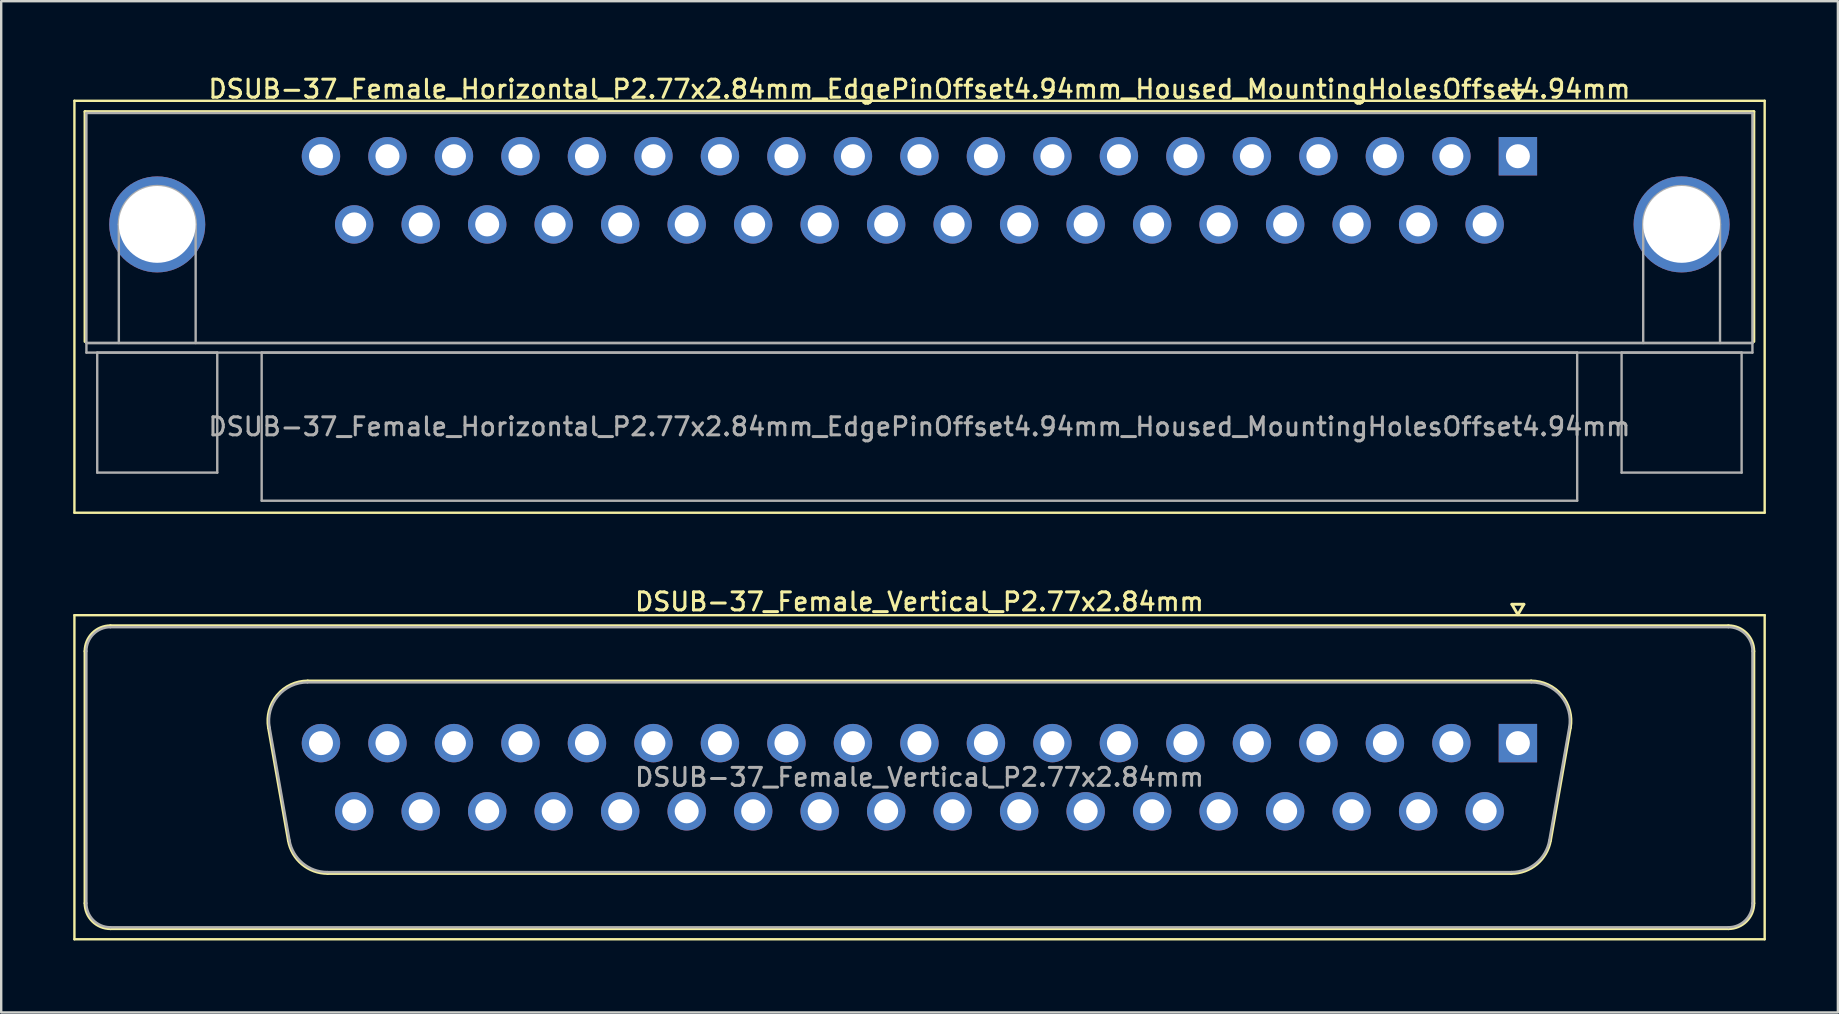
<source format=kicad_pcb>
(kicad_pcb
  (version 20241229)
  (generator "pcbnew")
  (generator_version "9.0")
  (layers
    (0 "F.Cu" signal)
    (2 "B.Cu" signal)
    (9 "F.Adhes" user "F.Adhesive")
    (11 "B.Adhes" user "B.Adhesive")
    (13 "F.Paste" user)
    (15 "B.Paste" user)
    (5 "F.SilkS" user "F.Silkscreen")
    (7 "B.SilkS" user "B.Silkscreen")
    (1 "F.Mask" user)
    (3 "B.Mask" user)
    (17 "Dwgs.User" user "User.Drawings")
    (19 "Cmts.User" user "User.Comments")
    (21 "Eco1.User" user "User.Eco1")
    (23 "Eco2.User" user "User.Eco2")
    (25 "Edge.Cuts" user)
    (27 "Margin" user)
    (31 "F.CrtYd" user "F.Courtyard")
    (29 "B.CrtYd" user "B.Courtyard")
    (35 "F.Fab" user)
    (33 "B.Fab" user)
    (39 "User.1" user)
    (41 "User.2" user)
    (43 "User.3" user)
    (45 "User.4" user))
  (footprint "DSUB-37_Female_Vertical_P2.77x2.84mm"
    (layer "F.Cu")
    (at 60.18 27.906)
    (property "Reference" "DSUB-37_Female_Vertical_P2.77x2.84mm" (at -24.93 -5.89 0) (layer "F.SilkS") (effects (font (size 0.75 0.75) (thickness 0.125))))
    (attr through_hole)
    (fp_line (start -60.13 -5.33) (end -60.13 8.17) (stroke (width 0.1) (type solid)) (layer "F.SilkS"))
    (fp_line (start -60.13 8.17) (end 10.28 8.17) (stroke (width 0.1) (type solid)) (layer "F.SilkS"))
    (fp_line (start -59.69 6.67) (end -59.69 -3.83) (stroke (width 0.12) (type solid)) (layer "F.SilkS"))
    (fp_line (start -58.63 -4.89) (end 8.77 -4.89) (stroke (width 0.12) (type solid)) (layer "F.SilkS"))
    (fp_line (start -52.046 -0.642) (end -51.218 4.058) (stroke (width 0.12) (type solid)) (layer "F.SilkS"))
    (fp_line (start -50.412 -2.59) (end 0.552 -2.59) (stroke (width 0.12) (type solid)) (layer "F.SilkS"))
    (fp_line (start -49.583 5.43) (end -0.277 5.43) (stroke (width 0.12) (type solid)) (layer "F.SilkS"))
    (fp_line (start -0.25 -5.784) (end 0.25 -5.784) (stroke (width 0.12) (type solid)) (layer "F.SilkS"))
    (fp_line (start 0 -5.351) (end -0.25 -5.784) (stroke (width 0.12) (type solid)) (layer "F.SilkS"))
    (fp_line (start 0.25 -5.784) (end 0 -5.351) (stroke (width 0.12) (type solid)) (layer "F.SilkS"))
    (fp_line (start 2.186 -0.642) (end 1.358 4.058) (stroke (width 0.12) (type solid)) (layer "F.SilkS"))
    (fp_line (start 8.77 7.73) (end -58.63 7.73) (stroke (width 0.12) (type solid)) (layer "F.SilkS"))
    (fp_line (start 9.83 -3.83) (end 9.83 6.67) (stroke (width 0.12) (type solid)) (layer "F.SilkS"))
    (fp_line (start 10.28 -5.33) (end -60.13 -5.33) (stroke (width 0.1) (type solid)) (layer "F.SilkS"))
    (fp_line (start 10.28 8.17) (end 10.28 -5.33) (stroke (width 0.1) (type solid)) (layer "F.SilkS"))
    (fp_arc (start -59.69 -3.83) (mid -59.379533 -4.579533) (end -58.63 -4.89) (stroke (width 0.12) (type solid)) (layer "F.SilkS"))
    (fp_arc (start -58.63 7.73) (mid -59.379533 7.419533) (end -59.69 6.67) (stroke (width 0.12) (type solid)) (layer "F.SilkS"))
    (fp_arc (start -52.04647 -0.641744) (mid -51.683323 -1.997027) (end -50.411689 -2.59) (stroke (width 0.12) (type solid)) (layer "F.SilkS"))
    (fp_arc (start -49.582952 5.43) (mid -50.64998 5.041634) (end -51.217733 4.058256) (stroke (width 0.12) (type solid)) (layer "F.SilkS"))
    (fp_arc (start 0.551689 -2.59) (mid 1.823323 -1.997027) (end 2.18647 -0.641744) (stroke (width 0.12) (type solid)) (layer "F.SilkS"))
    (fp_arc (start 1.357733 4.058256) (mid 0.78998 5.041634) (end -0.277048 5.43) (stroke (width 0.12) (type solid)) (layer "F.SilkS"))
    (fp_arc (start 8.77 -4.89) (mid 9.519533 -4.579533) (end 9.83 -3.83) (stroke (width 0.12) (type solid)) (layer "F.SilkS"))
    (fp_arc (start 9.83 6.67) (mid 9.519533 7.419533) (end 8.77 7.73) (stroke (width 0.12) (type solid)) (layer "F.SilkS"))
    (fp_line (start -59.63 6.67) (end -59.63 -3.83) (stroke (width 0.1) (type solid)) (layer "F.Fab"))
    (fp_line (start -58.63 -4.83) (end 8.77 -4.83) (stroke (width 0.1) (type solid)) (layer "F.Fab"))
    (fp_line (start -51.999 -0.652) (end -51.17 4.048) (stroke (width 0.1) (type solid)) (layer "F.Fab"))
    (fp_line (start -50.423 -2.53) (end 0.563 -2.53) (stroke (width 0.1) (type solid)) (layer "F.Fab"))
    (fp_line (start -49.594 5.37) (end -0.266 5.37) (stroke (width 0.1) (type solid)) (layer "F.Fab"))
    (fp_line (start 2.139 -0.652) (end 1.31 4.048) (stroke (width 0.1) (type solid)) (layer "F.Fab"))
    (fp_line (start 8.77 7.67) (end -58.63 7.67) (stroke (width 0.1) (type solid)) (layer "F.Fab"))
    (fp_line (start 9.77 -3.83) (end 9.77 6.67) (stroke (width 0.1) (type solid)) (layer "F.Fab"))
    (fp_arc (start -59.63 -3.83) (mid -59.337107 -4.537107) (end -58.63 -4.83) (stroke (width 0.1) (type solid)) (layer "F.Fab"))
    (fp_arc (start -58.63 7.67) (mid -59.337107 7.377107) (end -59.63 6.67) (stroke (width 0.1) (type solid)) (layer "F.Fab"))
    (fp_arc (start -51.998887 -0.652163) (mid -51.648865 -1.95846) (end -50.423194 -2.53) (stroke (width 0.1) (type solid)) (layer "F.Fab"))
    (fp_arc (start -49.594457 5.37) (mid -50.622918 4.995671) (end -51.17015 4.047837) (stroke (width 0.1) (type solid)) (layer "F.Fab"))
    (fp_arc (start 0.563194 -2.53) (mid 1.788865 -1.95846) (end 2.138887 -0.652163) (stroke (width 0.1) (type solid)) (layer "F.Fab"))
    (fp_arc (start 1.31015 4.047837) (mid 0.762918 4.995671) (end -0.265543 5.37) (stroke (width 0.1) (type solid)) (layer "F.Fab"))
    (fp_arc (start 8.77 -4.83) (mid 9.477107 -4.537107) (end 9.77 -3.83) (stroke (width 0.1) (type solid)) (layer "F.Fab"))
    (fp_arc (start 9.77 6.67) (mid 9.477107 7.377107) (end 8.77 7.67) (stroke (width 0.1) (type solid)) (layer "F.Fab"))
    (fp_text user "${REFERENCE}" (at -24.93 1.42 0) (layer "F.Fab") (effects (font (size 0.75 0.75) (thickness 0.125))))
    (pad "1" thru_hole rect (at 0 0) (size 1.6 1.6) (drill 1) (layers "*.Cu" "*.Mask"))
    (pad "2" thru_hole circle (at -2.77 0) (size 1.6 1.6) (drill 1) (layers "*.Cu" "*.Mask"))
    (pad "3" thru_hole circle (at -5.54 0) (size 1.6 1.6) (drill 1) (layers "*.Cu" "*.Mask"))
    (pad "4" thru_hole circle (at -8.31 0) (size 1.6 1.6) (drill 1) (layers "*.Cu" "*.Mask"))
    (pad "5" thru_hole circle (at -11.08 0) (size 1.6 1.6) (drill 1) (layers "*.Cu" "*.Mask"))
    (pad "6" thru_hole circle (at -13.85 0) (size 1.6 1.6) (drill 1) (layers "*.Cu" "*.Mask"))
    (pad "7" thru_hole circle (at -16.62 0) (size 1.6 1.6) (drill 1) (layers "*.Cu" "*.Mask"))
    (pad "8" thru_hole circle (at -19.39 0) (size 1.6 1.6) (drill 1) (layers "*.Cu" "*.Mask"))
    (pad "9" thru_hole circle (at -22.16 0) (size 1.6 1.6) (drill 1) (layers "*.Cu" "*.Mask"))
    (pad "10" thru_hole circle (at -24.93 0) (size 1.6 1.6) (drill 1) (layers "*.Cu" "*.Mask"))
    (pad "11" thru_hole circle (at -27.7 0) (size 1.6 1.6) (drill 1) (layers "*.Cu" "*.Mask"))
    (pad "12" thru_hole circle (at -30.47 0) (size 1.6 1.6) (drill 1) (layers "*.Cu" "*.Mask"))
    (pad "13" thru_hole circle (at -33.24 0) (size 1.6 1.6) (drill 1) (layers "*.Cu" "*.Mask"))
    (pad "14" thru_hole circle (at -36.01 0) (size 1.6 1.6) (drill 1) (layers "*.Cu" "*.Mask"))
    (pad "15" thru_hole circle (at -38.78 0) (size 1.6 1.6) (drill 1) (layers "*.Cu" "*.Mask"))
    (pad "16" thru_hole circle (at -41.55 0) (size 1.6 1.6) (drill 1) (layers "*.Cu" "*.Mask"))
    (pad "17" thru_hole circle (at -44.32 0) (size 1.6 1.6) (drill 1) (layers "*.Cu" "*.Mask"))
    (pad "18" thru_hole circle (at -47.09 0) (size 1.6 1.6) (drill 1) (layers "*.Cu" "*.Mask"))
    (pad "19" thru_hole circle (at -49.86 0) (size 1.6 1.6) (drill 1) (layers "*.Cu" "*.Mask"))
    (pad "20" thru_hole circle (at -1.385 2.84) (size 1.6 1.6) (drill 1) (layers "*.Cu" "*.Mask"))
    (pad "21" thru_hole circle (at -4.155 2.84) (size 1.6 1.6) (drill 1) (layers "*.Cu" "*.Mask"))
    (pad "22" thru_hole circle (at -6.925 2.84) (size 1.6 1.6) (drill 1) (layers "*.Cu" "*.Mask"))
    (pad "23" thru_hole circle (at -9.695 2.84) (size 1.6 1.6) (drill 1) (layers "*.Cu" "*.Mask"))
    (pad "24" thru_hole circle (at -12.465 2.84) (size 1.6 1.6) (drill 1) (layers "*.Cu" "*.Mask"))
    (pad "25" thru_hole circle (at -15.235 2.84) (size 1.6 1.6) (drill 1) (layers "*.Cu" "*.Mask"))
    (pad "26" thru_hole circle (at -18.005 2.84) (size 1.6 1.6) (drill 1) (layers "*.Cu" "*.Mask"))
    (pad "27" thru_hole circle (at -20.775 2.84) (size 1.6 1.6) (drill 1) (layers "*.Cu" "*.Mask"))
    (pad "28" thru_hole circle (at -23.545 2.84) (size 1.6 1.6) (drill 1) (layers "*.Cu" "*.Mask"))
    (pad "29" thru_hole circle (at -26.315 2.84) (size 1.6 1.6) (drill 1) (layers "*.Cu" "*.Mask"))
    (pad "30" thru_hole circle (at -29.085 2.84) (size 1.6 1.6) (drill 1) (layers "*.Cu" "*.Mask"))
    (pad "31" thru_hole circle (at -31.855 2.84) (size 1.6 1.6) (drill 1) (layers "*.Cu" "*.Mask"))
    (pad "32" thru_hole circle (at -34.625 2.84) (size 1.6 1.6) (drill 1) (layers "*.Cu" "*.Mask"))
    (pad "33" thru_hole circle (at -37.395 2.84) (size 1.6 1.6) (drill 1) (layers "*.Cu" "*.Mask"))
    (pad "34" thru_hole circle (at -40.165 2.84) (size 1.6 1.6) (drill 1) (layers "*.Cu" "*.Mask"))
    (pad "35" thru_hole circle (at -42.935 2.84) (size 1.6 1.6) (drill 1) (layers "*.Cu" "*.Mask"))
    (pad "36" thru_hole circle (at -45.705 2.84) (size 1.6 1.6) (drill 1) (layers "*.Cu" "*.Mask"))
    (pad "37" thru_hole circle (at -48.475 2.84) (size 1.6 1.6) (drill 1) (layers "*.Cu" "*.Mask")))
  (footprint "DSUB-37_Female_Horizontal_P2.77x2.84mm_EdgePinOffset4.94mm_Housed_MountingHolesOffset4.94mm"
    (layer "F.Cu")
    (at 60.18 3.458)
    (property "Reference" "DSUB-37_Female_Horizontal_P2.77x2.84mm_EdgePinOffset4.94mm_Housed_MountingHolesOffset4.94mm" (at -24.93 -2.8 0) (layer "F.SilkS") (effects (font (size 0.75 0.75) (thickness 0.125))))
    (attr through_hole)
    (fp_line (start -60.13 -2.31) (end -60.13 14.85) (stroke (width 0.1) (type solid)) (layer "F.SilkS"))
    (fp_line (start -60.13 14.85) (end 10.28 14.85) (stroke (width 0.1) (type solid)) (layer "F.SilkS"))
    (fp_line (start -59.69 -1.86) (end 9.83 -1.86) (stroke (width 0.12) (type solid)) (layer "F.SilkS"))
    (fp_line (start -59.69 7.72) (end -59.69 -1.86) (stroke (width 0.12) (type solid)) (layer "F.SilkS"))
    (fp_line (start -0.25 -2.754) (end 0.25 -2.754) (stroke (width 0.12) (type solid)) (layer "F.SilkS"))
    (fp_line (start 0 -2.321) (end -0.25 -2.754) (stroke (width 0.12) (type solid)) (layer "F.SilkS"))
    (fp_line (start 0.25 -2.754) (end 0 -2.321) (stroke (width 0.12) (type solid)) (layer "F.SilkS"))
    (fp_line (start 9.83 -1.86) (end 9.83 7.72) (stroke (width 0.12) (type solid)) (layer "F.SilkS"))
    (fp_line (start 10.28 -2.31) (end -60.13 -2.31) (stroke (width 0.1) (type solid)) (layer "F.SilkS"))
    (fp_line (start 10.28 14.85) (end 10.28 -2.31) (stroke (width 0.1) (type solid)) (layer "F.SilkS"))
    (fp_line (start -59.63 -1.8) (end -59.63 7.78) (stroke (width 0.1) (type solid)) (layer "F.Fab"))
    (fp_line (start -59.63 7.78) (end -59.63 8.18) (stroke (width 0.1) (type solid)) (layer "F.Fab"))
    (fp_line (start -59.63 7.78) (end 9.77 7.78) (stroke (width 0.1) (type solid)) (layer "F.Fab"))
    (fp_line (start -59.63 8.18) (end 9.77 8.18) (stroke (width 0.1) (type solid)) (layer "F.Fab"))
    (fp_line (start -59.18 8.18) (end -59.18 13.18) (stroke (width 0.1) (type solid)) (layer "F.Fab"))
    (fp_line (start -59.18 13.18) (end -54.18 13.18) (stroke (width 0.1) (type solid)) (layer "F.Fab"))
    (fp_line (start -58.28 7.78) (end -58.28 2.84) (stroke (width 0.1) (type solid)) (layer "F.Fab"))
    (fp_line (start -55.08 7.78) (end -55.08 2.84) (stroke (width 0.1) (type solid)) (layer "F.Fab"))
    (fp_line (start -54.18 8.18) (end -59.18 8.18) (stroke (width 0.1) (type solid)) (layer "F.Fab"))
    (fp_line (start -54.18 13.18) (end -54.18 8.18) (stroke (width 0.1) (type solid)) (layer "F.Fab"))
    (fp_line (start -52.33 8.18) (end -52.33 14.35) (stroke (width 0.1) (type solid)) (layer "F.Fab"))
    (fp_line (start -52.33 14.35) (end 2.47 14.35) (stroke (width 0.1) (type solid)) (layer "F.Fab"))
    (fp_line (start 2.47 8.18) (end -52.33 8.18) (stroke (width 0.1) (type solid)) (layer "F.Fab"))
    (fp_line (start 2.47 14.35) (end 2.47 8.18) (stroke (width 0.1) (type solid)) (layer "F.Fab"))
    (fp_line (start 4.32 8.18) (end 4.32 13.18) (stroke (width 0.1) (type solid)) (layer "F.Fab"))
    (fp_line (start 4.32 13.18) (end 9.32 13.18) (stroke (width 0.1) (type solid)) (layer "F.Fab"))
    (fp_line (start 5.22 7.78) (end 5.22 2.84) (stroke (width 0.1) (type solid)) (layer "F.Fab"))
    (fp_line (start 8.42 7.78) (end 8.42 2.84) (stroke (width 0.1) (type solid)) (layer "F.Fab"))
    (fp_line (start 9.32 8.18) (end 4.32 8.18) (stroke (width 0.1) (type solid)) (layer "F.Fab"))
    (fp_line (start 9.32 13.18) (end 9.32 8.18) (stroke (width 0.1) (type solid)) (layer "F.Fab"))
    (fp_line (start 9.77 -1.8) (end -59.63 -1.8) (stroke (width 0.1) (type solid)) (layer "F.Fab"))
    (fp_line (start 9.77 7.78) (end -59.63 7.78) (stroke (width 0.1) (type solid)) (layer "F.Fab"))
    (fp_line (start 9.77 7.78) (end 9.77 -1.8) (stroke (width 0.1) (type solid)) (layer "F.Fab"))
    (fp_line (start 9.77 8.18) (end 9.77 7.78) (stroke (width 0.1) (type solid)) (layer "F.Fab"))
    (fp_arc (start -58.28 2.84) (mid -56.68 1.24) (end -55.08 2.84) (stroke (width 0.1) (type solid)) (layer "F.Fab"))
    (fp_arc (start 5.22 2.84) (mid 6.82 1.24) (end 8.42 2.84) (stroke (width 0.1) (type solid)) (layer "F.Fab"))
    (fp_text user "${REFERENCE}" (at -24.93 11.265 0) (layer "F.Fab") (effects (font (size 0.75 0.75) (thickness 0.125))))
    (pad "0" thru_hole circle (at -56.68 2.84) (size 4 4) (drill 3.2) (layers "*.Cu" "*.Mask"))
    (pad "0" thru_hole circle (at 6.82 2.84) (size 4 4) (drill 3.2) (layers "*.Cu" "*.Mask"))
    (pad "1" thru_hole rect (at 0 0) (size 1.6 1.6) (drill 1) (layers "*.Cu" "*.Mask"))
    (pad "2" thru_hole circle (at -2.77 0) (size 1.6 1.6) (drill 1) (layers "*.Cu" "*.Mask"))
    (pad "3" thru_hole circle (at -5.54 0) (size 1.6 1.6) (drill 1) (layers "*.Cu" "*.Mask"))
    (pad "4" thru_hole circle (at -8.31 0) (size 1.6 1.6) (drill 1) (layers "*.Cu" "*.Mask"))
    (pad "5" thru_hole circle (at -11.08 0) (size 1.6 1.6) (drill 1) (layers "*.Cu" "*.Mask"))
    (pad "6" thru_hole circle (at -13.85 0) (size 1.6 1.6) (drill 1) (layers "*.Cu" "*.Mask"))
    (pad "7" thru_hole circle (at -16.62 0) (size 1.6 1.6) (drill 1) (layers "*.Cu" "*.Mask"))
    (pad "8" thru_hole circle (at -19.39 0) (size 1.6 1.6) (drill 1) (layers "*.Cu" "*.Mask"))
    (pad "9" thru_hole circle (at -22.16 0) (size 1.6 1.6) (drill 1) (layers "*.Cu" "*.Mask"))
    (pad "10" thru_hole circle (at -24.93 0) (size 1.6 1.6) (drill 1) (layers "*.Cu" "*.Mask"))
    (pad "11" thru_hole circle (at -27.7 0) (size 1.6 1.6) (drill 1) (layers "*.Cu" "*.Mask"))
    (pad "12" thru_hole circle (at -30.47 0) (size 1.6 1.6) (drill 1) (layers "*.Cu" "*.Mask"))
    (pad "13" thru_hole circle (at -33.24 0) (size 1.6 1.6) (drill 1) (layers "*.Cu" "*.Mask"))
    (pad "14" thru_hole circle (at -36.01 0) (size 1.6 1.6) (drill 1) (layers "*.Cu" "*.Mask"))
    (pad "15" thru_hole circle (at -38.78 0) (size 1.6 1.6) (drill 1) (layers "*.Cu" "*.Mask"))
    (pad "16" thru_hole circle (at -41.55 0) (size 1.6 1.6) (drill 1) (layers "*.Cu" "*.Mask"))
    (pad "17" thru_hole circle (at -44.32 0) (size 1.6 1.6) (drill 1) (layers "*.Cu" "*.Mask"))
    (pad "18" thru_hole circle (at -47.09 0) (size 1.6 1.6) (drill 1) (layers "*.Cu" "*.Mask"))
    (pad "19" thru_hole circle (at -49.86 0) (size 1.6 1.6) (drill 1) (layers "*.Cu" "*.Mask"))
    (pad "20" thru_hole circle (at -1.385 2.84) (size 1.6 1.6) (drill 1) (layers "*.Cu" "*.Mask"))
    (pad "21" thru_hole circle (at -4.155 2.84) (size 1.6 1.6) (drill 1) (layers "*.Cu" "*.Mask"))
    (pad "22" thru_hole circle (at -6.925 2.84) (size 1.6 1.6) (drill 1) (layers "*.Cu" "*.Mask"))
    (pad "23" thru_hole circle (at -9.695 2.84) (size 1.6 1.6) (drill 1) (layers "*.Cu" "*.Mask"))
    (pad "24" thru_hole circle (at -12.465 2.84) (size 1.6 1.6) (drill 1) (layers "*.Cu" "*.Mask"))
    (pad "25" thru_hole circle (at -15.235 2.84) (size 1.6 1.6) (drill 1) (layers "*.Cu" "*.Mask"))
    (pad "26" thru_hole circle (at -18.005 2.84) (size 1.6 1.6) (drill 1) (layers "*.Cu" "*.Mask"))
    (pad "27" thru_hole circle (at -20.775 2.84) (size 1.6 1.6) (drill 1) (layers "*.Cu" "*.Mask"))
    (pad "28" thru_hole circle (at -23.545 2.84) (size 1.6 1.6) (drill 1) (layers "*.Cu" "*.Mask"))
    (pad "29" thru_hole circle (at -26.315 2.84) (size 1.6 1.6) (drill 1) (layers "*.Cu" "*.Mask"))
    (pad "30" thru_hole circle (at -29.085 2.84) (size 1.6 1.6) (drill 1) (layers "*.Cu" "*.Mask"))
    (pad "31" thru_hole circle (at -31.855 2.84) (size 1.6 1.6) (drill 1) (layers "*.Cu" "*.Mask"))
    (pad "32" thru_hole circle (at -34.625 2.84) (size 1.6 1.6) (drill 1) (layers "*.Cu" "*.Mask"))
    (pad "33" thru_hole circle (at -37.395 2.84) (size 1.6 1.6) (drill 1) (layers "*.Cu" "*.Mask"))
    (pad "34" thru_hole circle (at -40.165 2.84) (size 1.6 1.6) (drill 1) (layers "*.Cu" "*.Mask"))
    (pad "35" thru_hole circle (at -42.935 2.84) (size 1.6 1.6) (drill 1) (layers "*.Cu" "*.Mask"))
    (pad "36" thru_hole circle (at -45.705 2.84) (size 1.6 1.6) (drill 1) (layers "*.Cu" "*.Mask"))
    (pad "37" thru_hole circle (at -48.475 2.84) (size 1.6 1.6) (drill 1) (layers "*.Cu" "*.Mask")))
  (gr_rect
    (start -3 -3)
    (end 73.51 39.126)
    (stroke (width 0.1) (type default))
    (fill no)
    (layer "Edge.Cuts")))
</source>
